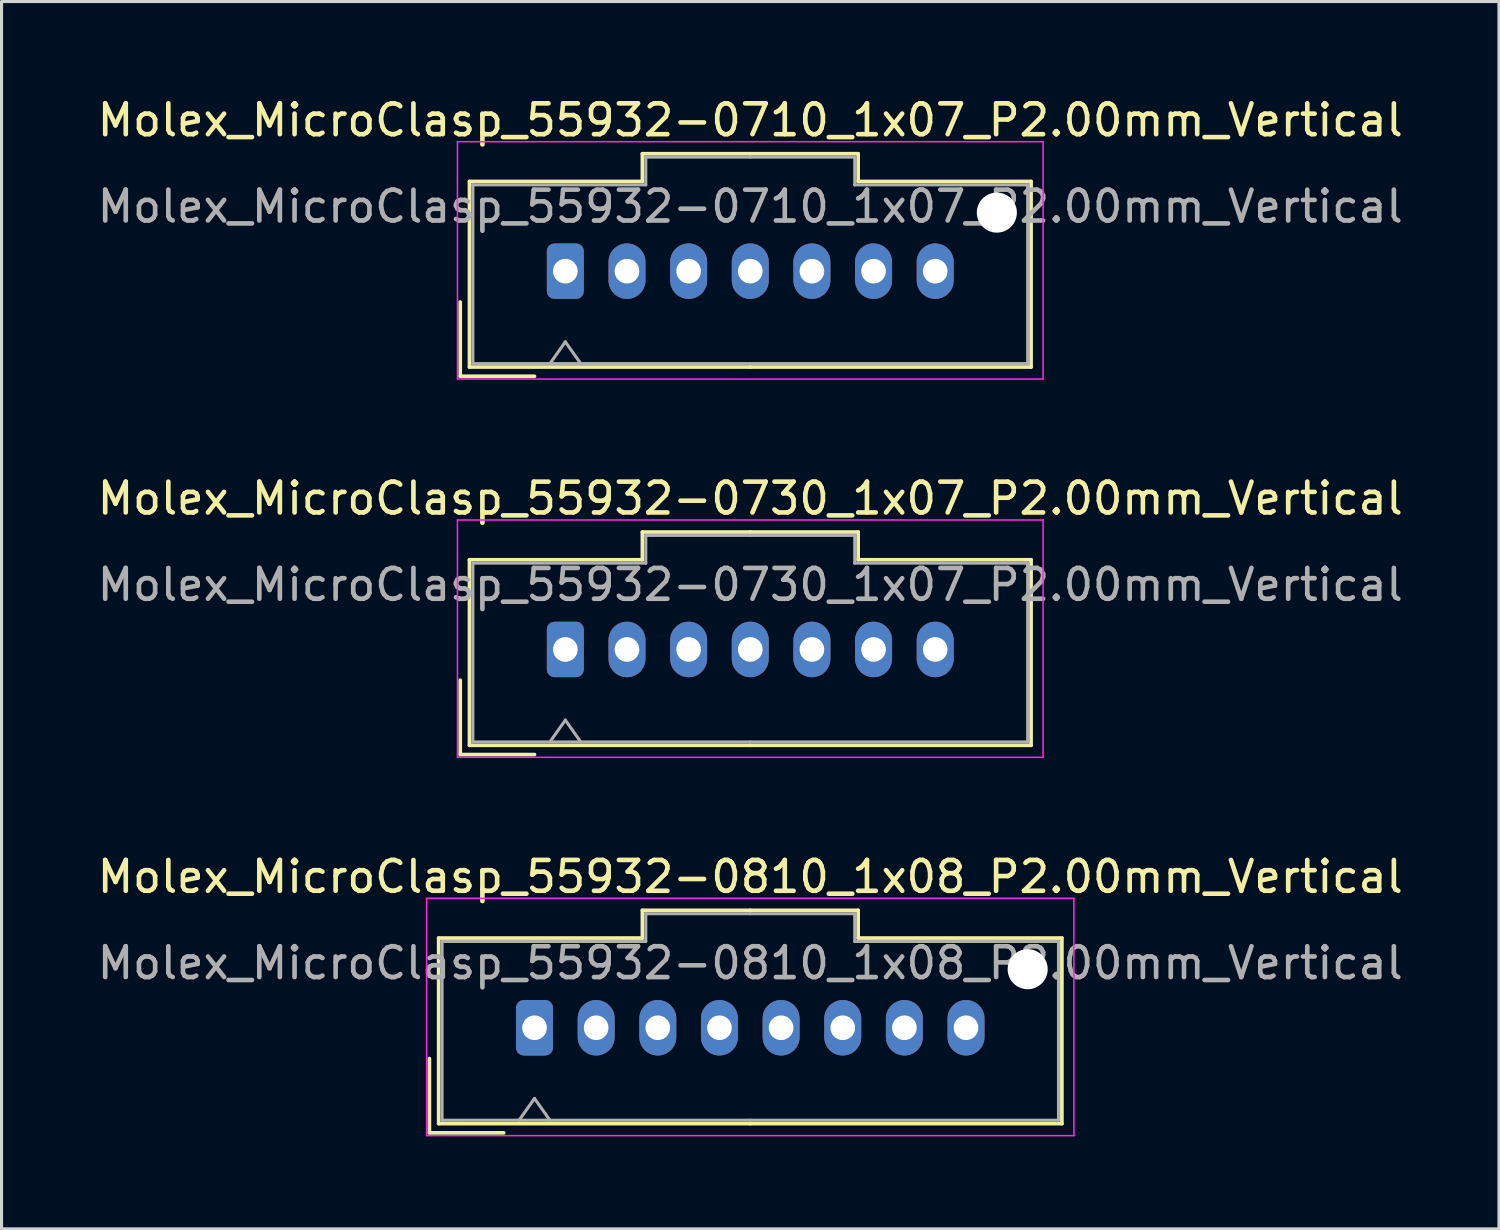
<source format=kicad_pcb>
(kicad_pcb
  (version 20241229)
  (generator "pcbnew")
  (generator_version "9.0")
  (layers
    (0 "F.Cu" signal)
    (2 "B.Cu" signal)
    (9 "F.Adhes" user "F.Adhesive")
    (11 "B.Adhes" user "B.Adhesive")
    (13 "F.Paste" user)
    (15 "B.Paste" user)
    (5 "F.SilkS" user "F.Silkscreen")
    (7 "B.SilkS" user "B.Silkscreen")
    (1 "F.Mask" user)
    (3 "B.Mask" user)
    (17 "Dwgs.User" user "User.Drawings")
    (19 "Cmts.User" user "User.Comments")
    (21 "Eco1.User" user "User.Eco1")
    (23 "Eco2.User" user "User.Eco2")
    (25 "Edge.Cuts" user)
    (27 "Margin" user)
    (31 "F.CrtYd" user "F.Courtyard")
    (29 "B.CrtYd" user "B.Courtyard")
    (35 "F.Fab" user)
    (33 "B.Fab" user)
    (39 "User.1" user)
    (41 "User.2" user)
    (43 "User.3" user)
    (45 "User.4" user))
  (footprint "Molex_MicroClasp_55932-0810_1x08_P2.00mm_Vertical"
    (layer "F.Cu")
    (at 14.292 30.295)
    (property "Reference" "Molex_MicroClasp_55932-0810_1x08_P2.00mm_Vertical" (at 7 -4.9 0) (layer "F.SilkS") (effects (font (size 1 1) (thickness 0.15))))
    (attr through_hole)
    (fp_line (start -3.41 1) (end -3.41 3.41) (stroke (width 0.12) (type solid)) (layer "F.SilkS"))
    (fp_line (start -3.41 3.41) (end -1 3.41) (stroke (width 0.12) (type solid)) (layer "F.SilkS"))
    (fp_line (start -3.11 -2.91) (end -3.11 3.11) (stroke (width 0.12) (type solid)) (layer "F.SilkS"))
    (fp_line (start -3.11 3.11) (end 7 3.11) (stroke (width 0.12) (type solid)) (layer "F.SilkS"))
    (fp_line (start 3.5 -3.81) (end 3.5 -2.91) (stroke (width 0.12) (type solid)) (layer "F.SilkS"))
    (fp_line (start 3.5 -2.91) (end -3.11 -2.91) (stroke (width 0.12) (type solid)) (layer "F.SilkS"))
    (fp_line (start 7 -3.81) (end 3.5 -3.81) (stroke (width 0.12) (type solid)) (layer "F.SilkS"))
    (fp_line (start 7 -3.81) (end 10.5 -3.81) (stroke (width 0.12) (type solid)) (layer "F.SilkS"))
    (fp_line (start 10.5 -3.81) (end 10.5 -2.91) (stroke (width 0.12) (type solid)) (layer "F.SilkS"))
    (fp_line (start 10.5 -2.91) (end 17.11 -2.91) (stroke (width 0.12) (type solid)) (layer "F.SilkS"))
    (fp_line (start 17.11 -2.91) (end 17.11 3.11) (stroke (width 0.12) (type solid)) (layer "F.SilkS"))
    (fp_line (start 17.11 3.11) (end 7 3.11) (stroke (width 0.12) (type solid)) (layer "F.SilkS"))
    (fp_line (start -3.5 -4.2) (end -3.5 3.5) (stroke (width 0.05) (type solid)) (layer "F.CrtYd"))
    (fp_line (start -3.5 3.5) (end 17.5 3.5) (stroke (width 0.05) (type solid)) (layer "F.CrtYd"))
    (fp_line (start 17.5 -4.2) (end -3.5 -4.2) (stroke (width 0.05) (type solid)) (layer "F.CrtYd"))
    (fp_line (start 17.5 3.5) (end 17.5 -4.2) (stroke (width 0.05) (type solid)) (layer "F.CrtYd"))
    (fp_line (start -3 -2.8) (end -3 3) (stroke (width 0.1) (type solid)) (layer "F.Fab"))
    (fp_line (start -3 3) (end 7 3) (stroke (width 0.1) (type solid)) (layer "F.Fab"))
    (fp_line (start -0.5 3) (end 0 2.293) (stroke (width 0.1) (type solid)) (layer "F.Fab"))
    (fp_line (start 0 2.293) (end 0.5 3) (stroke (width 0.1) (type solid)) (layer "F.Fab"))
    (fp_line (start 3.61 -3.7) (end 3.61 -2.8) (stroke (width 0.1) (type solid)) (layer "F.Fab"))
    (fp_line (start 3.61 -2.8) (end -3 -2.8) (stroke (width 0.1) (type solid)) (layer "F.Fab"))
    (fp_line (start 7 -3.7) (end 3.61 -3.7) (stroke (width 0.1) (type solid)) (layer "F.Fab"))
    (fp_line (start 7 -3.7) (end 10.39 -3.7) (stroke (width 0.1) (type solid)) (layer "F.Fab"))
    (fp_line (start 10.39 -3.7) (end 10.39 -2.8) (stroke (width 0.1) (type solid)) (layer "F.Fab"))
    (fp_line (start 10.39 -2.8) (end 17 -2.8) (stroke (width 0.1) (type solid)) (layer "F.Fab"))
    (fp_line (start 17 -2.8) (end 17 3) (stroke (width 0.1) (type solid)) (layer "F.Fab"))
    (fp_line (start 17 3) (end 7 3) (stroke (width 0.1) (type solid)) (layer "F.Fab"))
    (fp_text user "${REFERENCE}" (at 7 -2.1 0) (layer "F.Fab") (effects (font (size 1 1) (thickness 0.15))))
    (pad "" np_thru_hole circle (at 16 -1.9) (size 1.3 1.3) (drill 1.3) (layers "*.Cu" "*.Mask"))
    (pad "1" thru_hole roundrect (at 0 0) (size 1.2 1.8) (drill 0.8) (layers "*.Cu" "*.Mask") (roundrect_rratio 0.208))
    (pad "2" thru_hole oval (at 2 0) (size 1.2 1.8) (drill 0.8) (layers "*.Cu" "*.Mask"))
    (pad "3" thru_hole oval (at 4 0) (size 1.2 1.8) (drill 0.8) (layers "*.Cu" "*.Mask"))
    (pad "4" thru_hole oval (at 6 0) (size 1.2 1.8) (drill 0.8) (layers "*.Cu" "*.Mask"))
    (pad "5" thru_hole oval (at 8 0) (size 1.2 1.8) (drill 0.8) (layers "*.Cu" "*.Mask"))
    (pad "6" thru_hole oval (at 10 0) (size 1.2 1.8) (drill 0.8) (layers "*.Cu" "*.Mask"))
    (pad "7" thru_hole oval (at 12 0) (size 1.2 1.8) (drill 0.8) (layers "*.Cu" "*.Mask"))
    (pad "8" thru_hole oval (at 14 0) (size 1.2 1.8) (drill 0.8) (layers "*.Cu" "*.Mask")))
  (footprint "Molex_MicroClasp_55932-0710_1x07_P2.00mm_Vertical"
    (layer "F.Cu")
    (at 15.292 5.748)
    (property "Reference" "Molex_MicroClasp_55932-0710_1x07_P2.00mm_Vertical" (at 6 -4.9 0) (layer "F.SilkS") (effects (font (size 1 1) (thickness 0.15))))
    (attr through_hole)
    (fp_line (start -3.41 1) (end -3.41 3.41) (stroke (width 0.12) (type solid)) (layer "F.SilkS"))
    (fp_line (start -3.41 3.41) (end -1 3.41) (stroke (width 0.12) (type solid)) (layer "F.SilkS"))
    (fp_line (start -3.11 -2.91) (end -3.11 3.11) (stroke (width 0.12) (type solid)) (layer "F.SilkS"))
    (fp_line (start -3.11 3.11) (end 6 3.11) (stroke (width 0.12) (type solid)) (layer "F.SilkS"))
    (fp_line (start 2.5 -3.81) (end 2.5 -2.91) (stroke (width 0.12) (type solid)) (layer "F.SilkS"))
    (fp_line (start 2.5 -2.91) (end -3.11 -2.91) (stroke (width 0.12) (type solid)) (layer "F.SilkS"))
    (fp_line (start 6 -3.81) (end 2.5 -3.81) (stroke (width 0.12) (type solid)) (layer "F.SilkS"))
    (fp_line (start 6 -3.81) (end 9.5 -3.81) (stroke (width 0.12) (type solid)) (layer "F.SilkS"))
    (fp_line (start 9.5 -3.81) (end 9.5 -2.91) (stroke (width 0.12) (type solid)) (layer "F.SilkS"))
    (fp_line (start 9.5 -2.91) (end 15.11 -2.91) (stroke (width 0.12) (type solid)) (layer "F.SilkS"))
    (fp_line (start 15.11 -2.91) (end 15.11 3.11) (stroke (width 0.12) (type solid)) (layer "F.SilkS"))
    (fp_line (start 15.11 3.11) (end 6 3.11) (stroke (width 0.12) (type solid)) (layer "F.SilkS"))
    (fp_line (start -3.5 -4.2) (end -3.5 3.5) (stroke (width 0.05) (type solid)) (layer "F.CrtYd"))
    (fp_line (start -3.5 3.5) (end 15.5 3.5) (stroke (width 0.05) (type solid)) (layer "F.CrtYd"))
    (fp_line (start 15.5 -4.2) (end -3.5 -4.2) (stroke (width 0.05) (type solid)) (layer "F.CrtYd"))
    (fp_line (start 15.5 3.5) (end 15.5 -4.2) (stroke (width 0.05) (type solid)) (layer "F.CrtYd"))
    (fp_line (start -3 -2.8) (end -3 3) (stroke (width 0.1) (type solid)) (layer "F.Fab"))
    (fp_line (start -3 3) (end 6 3) (stroke (width 0.1) (type solid)) (layer "F.Fab"))
    (fp_line (start -0.5 3) (end 0 2.293) (stroke (width 0.1) (type solid)) (layer "F.Fab"))
    (fp_line (start 0 2.293) (end 0.5 3) (stroke (width 0.1) (type solid)) (layer "F.Fab"))
    (fp_line (start 2.61 -3.7) (end 2.61 -2.8) (stroke (width 0.1) (type solid)) (layer "F.Fab"))
    (fp_line (start 2.61 -2.8) (end -3 -2.8) (stroke (width 0.1) (type solid)) (layer "F.Fab"))
    (fp_line (start 6 -3.7) (end 2.61 -3.7) (stroke (width 0.1) (type solid)) (layer "F.Fab"))
    (fp_line (start 6 -3.7) (end 9.39 -3.7) (stroke (width 0.1) (type solid)) (layer "F.Fab"))
    (fp_line (start 9.39 -3.7) (end 9.39 -2.8) (stroke (width 0.1) (type solid)) (layer "F.Fab"))
    (fp_line (start 9.39 -2.8) (end 15 -2.8) (stroke (width 0.1) (type solid)) (layer "F.Fab"))
    (fp_line (start 15 -2.8) (end 15 3) (stroke (width 0.1) (type solid)) (layer "F.Fab"))
    (fp_line (start 15 3) (end 6 3) (stroke (width 0.1) (type solid)) (layer "F.Fab"))
    (fp_text user "${REFERENCE}" (at 6 -2.1 0) (layer "F.Fab") (effects (font (size 1 1) (thickness 0.15))))
    (pad "" np_thru_hole circle (at 14 -1.9) (size 1.3 1.3) (drill 1.3) (layers "*.Cu" "*.Mask"))
    (pad "1" thru_hole roundrect (at 0 0) (size 1.2 1.8) (drill 0.8) (layers "*.Cu" "*.Mask") (roundrect_rratio 0.208))
    (pad "2" thru_hole oval (at 2 0) (size 1.2 1.8) (drill 0.8) (layers "*.Cu" "*.Mask"))
    (pad "3" thru_hole oval (at 4 0) (size 1.2 1.8) (drill 0.8) (layers "*.Cu" "*.Mask"))
    (pad "4" thru_hole oval (at 6 0) (size 1.2 1.8) (drill 0.8) (layers "*.Cu" "*.Mask"))
    (pad "5" thru_hole oval (at 8 0) (size 1.2 1.8) (drill 0.8) (layers "*.Cu" "*.Mask"))
    (pad "6" thru_hole oval (at 10 0) (size 1.2 1.8) (drill 0.8) (layers "*.Cu" "*.Mask"))
    (pad "7" thru_hole oval (at 12 0) (size 1.2 1.8) (drill 0.8) (layers "*.Cu" "*.Mask")))
  (footprint "Molex_MicroClasp_55932-0730_1x07_P2.00mm_Vertical"
    (layer "F.Cu")
    (at 15.292 18.021)
    (property "Reference" "Molex_MicroClasp_55932-0730_1x07_P2.00mm_Vertical" (at 6 -4.9 0) (layer "F.SilkS") (effects (font (size 1 1) (thickness 0.15))))
    (attr through_hole)
    (fp_line (start -3.41 1) (end -3.41 3.41) (stroke (width 0.12) (type solid)) (layer "F.SilkS"))
    (fp_line (start -3.41 3.41) (end -1 3.41) (stroke (width 0.12) (type solid)) (layer "F.SilkS"))
    (fp_line (start -3.11 -2.91) (end -3.11 3.11) (stroke (width 0.12) (type solid)) (layer "F.SilkS"))
    (fp_line (start -3.11 3.11) (end 6 3.11) (stroke (width 0.12) (type solid)) (layer "F.SilkS"))
    (fp_line (start 2.5 -3.81) (end 2.5 -2.91) (stroke (width 0.12) (type solid)) (layer "F.SilkS"))
    (fp_line (start 2.5 -2.91) (end -3.11 -2.91) (stroke (width 0.12) (type solid)) (layer "F.SilkS"))
    (fp_line (start 6 -3.81) (end 2.5 -3.81) (stroke (width 0.12) (type solid)) (layer "F.SilkS"))
    (fp_line (start 6 -3.81) (end 9.5 -3.81) (stroke (width 0.12) (type solid)) (layer "F.SilkS"))
    (fp_line (start 9.5 -3.81) (end 9.5 -2.91) (stroke (width 0.12) (type solid)) (layer "F.SilkS"))
    (fp_line (start 9.5 -2.91) (end 15.11 -2.91) (stroke (width 0.12) (type solid)) (layer "F.SilkS"))
    (fp_line (start 15.11 -2.91) (end 15.11 3.11) (stroke (width 0.12) (type solid)) (layer "F.SilkS"))
    (fp_line (start 15.11 3.11) (end 6 3.11) (stroke (width 0.12) (type solid)) (layer "F.SilkS"))
    (fp_line (start -3.5 -4.2) (end -3.5 3.5) (stroke (width 0.05) (type solid)) (layer "F.CrtYd"))
    (fp_line (start -3.5 3.5) (end 15.5 3.5) (stroke (width 0.05) (type solid)) (layer "F.CrtYd"))
    (fp_line (start 15.5 -4.2) (end -3.5 -4.2) (stroke (width 0.05) (type solid)) (layer "F.CrtYd"))
    (fp_line (start 15.5 3.5) (end 15.5 -4.2) (stroke (width 0.05) (type solid)) (layer "F.CrtYd"))
    (fp_line (start -3 -2.8) (end -3 3) (stroke (width 0.1) (type solid)) (layer "F.Fab"))
    (fp_line (start -3 3) (end 6 3) (stroke (width 0.1) (type solid)) (layer "F.Fab"))
    (fp_line (start -0.5 3) (end 0 2.293) (stroke (width 0.1) (type solid)) (layer "F.Fab"))
    (fp_line (start 0 2.293) (end 0.5 3) (stroke (width 0.1) (type solid)) (layer "F.Fab"))
    (fp_line (start 2.61 -3.7) (end 2.61 -2.8) (stroke (width 0.1) (type solid)) (layer "F.Fab"))
    (fp_line (start 2.61 -2.8) (end -3 -2.8) (stroke (width 0.1) (type solid)) (layer "F.Fab"))
    (fp_line (start 6 -3.7) (end 2.61 -3.7) (stroke (width 0.1) (type solid)) (layer "F.Fab"))
    (fp_line (start 6 -3.7) (end 9.39 -3.7) (stroke (width 0.1) (type solid)) (layer "F.Fab"))
    (fp_line (start 9.39 -3.7) (end 9.39 -2.8) (stroke (width 0.1) (type solid)) (layer "F.Fab"))
    (fp_line (start 9.39 -2.8) (end 15 -2.8) (stroke (width 0.1) (type solid)) (layer "F.Fab"))
    (fp_line (start 15 -2.8) (end 15 3) (stroke (width 0.1) (type solid)) (layer "F.Fab"))
    (fp_line (start 15 3) (end 6 3) (stroke (width 0.1) (type solid)) (layer "F.Fab"))
    (fp_text user "${REFERENCE}" (at 6 -2.1 0) (layer "F.Fab") (effects (font (size 1 1) (thickness 0.15))))
    (pad "1" thru_hole roundrect (at 0 0) (size 1.2 1.8) (drill 0.8) (layers "*.Cu" "*.Mask") (roundrect_rratio 0.208))
    (pad "2" thru_hole oval (at 2 0) (size 1.2 1.8) (drill 0.8) (layers "*.Cu" "*.Mask"))
    (pad "3" thru_hole oval (at 4 0) (size 1.2 1.8) (drill 0.8) (layers "*.Cu" "*.Mask"))
    (pad "4" thru_hole oval (at 6 0) (size 1.2 1.8) (drill 0.8) (layers "*.Cu" "*.Mask"))
    (pad "5" thru_hole oval (at 8 0) (size 1.2 1.8) (drill 0.8) (layers "*.Cu" "*.Mask"))
    (pad "6" thru_hole oval (at 10 0) (size 1.2 1.8) (drill 0.8) (layers "*.Cu" "*.Mask"))
    (pad "7" thru_hole oval (at 12 0) (size 1.2 1.8) (drill 0.8) (layers "*.Cu" "*.Mask")))
  (gr_rect
    (start -3 -3)
    (end 45.583 36.82)
    (stroke (width 0.1) (type default))
    (fill no)
    (layer "Edge.Cuts")))
</source>
